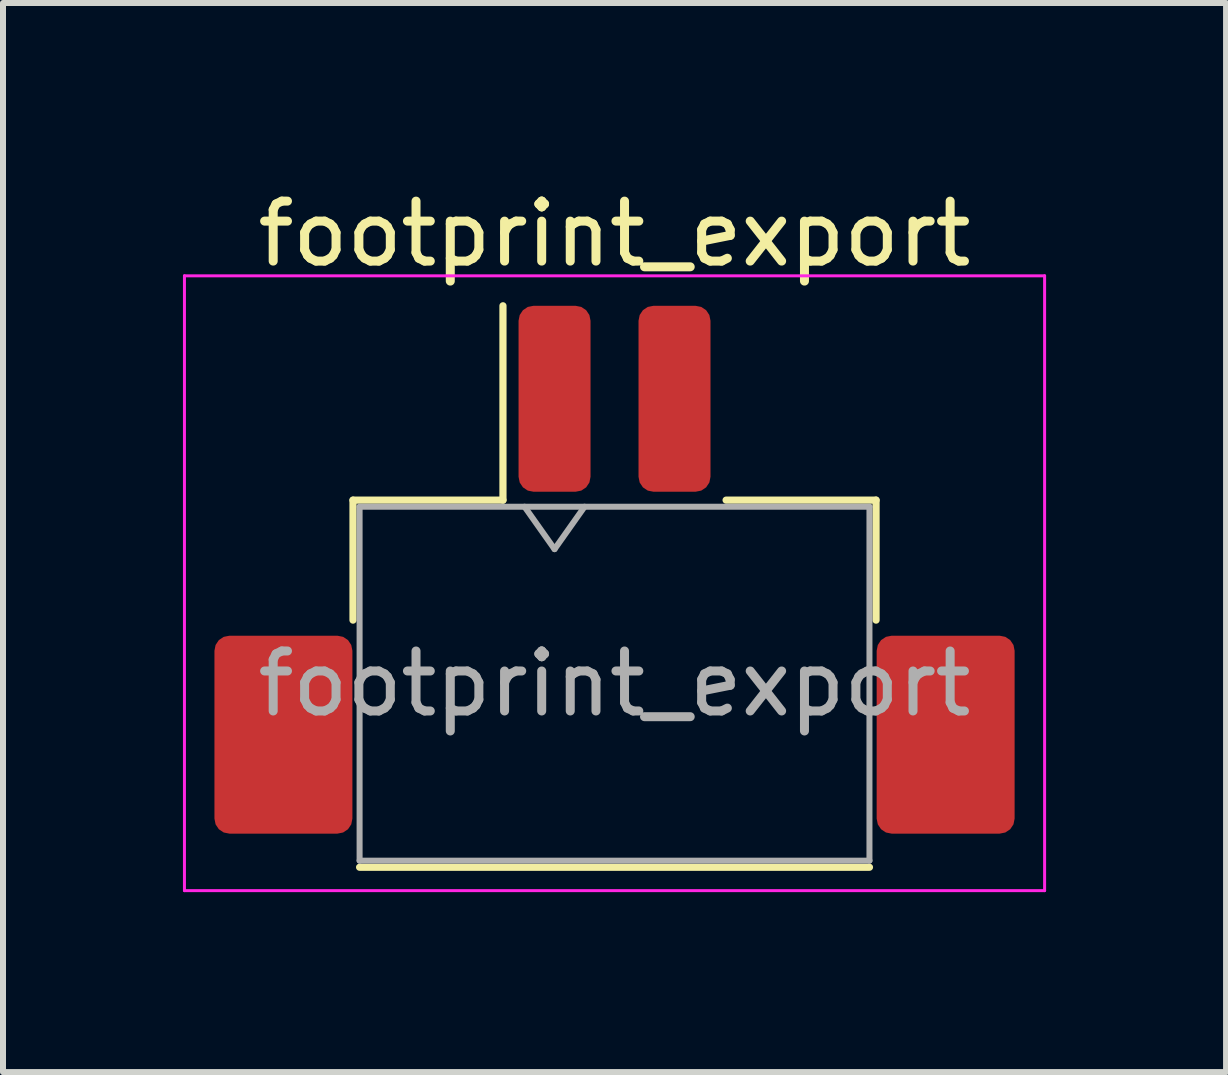
<source format=kicad_pcb>
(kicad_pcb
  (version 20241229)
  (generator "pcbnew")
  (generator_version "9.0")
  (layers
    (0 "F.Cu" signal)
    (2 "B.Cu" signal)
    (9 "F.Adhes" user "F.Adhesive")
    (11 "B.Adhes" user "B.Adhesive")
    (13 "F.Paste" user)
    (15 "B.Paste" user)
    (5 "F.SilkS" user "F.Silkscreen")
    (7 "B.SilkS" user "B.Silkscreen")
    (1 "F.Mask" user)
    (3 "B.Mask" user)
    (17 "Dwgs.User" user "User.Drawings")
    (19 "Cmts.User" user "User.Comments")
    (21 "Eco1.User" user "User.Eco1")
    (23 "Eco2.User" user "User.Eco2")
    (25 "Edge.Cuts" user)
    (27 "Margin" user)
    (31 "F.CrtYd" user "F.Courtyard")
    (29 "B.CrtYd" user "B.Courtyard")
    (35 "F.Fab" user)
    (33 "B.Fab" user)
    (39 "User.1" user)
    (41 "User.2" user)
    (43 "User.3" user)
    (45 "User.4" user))
  (footprint "footprint_export"
    (layer "F.Cu")
    (at 7.195 6.448)
    (property "Reference" "footprint_export" (at 0 -5.6 0) (layer "F.SilkS") (effects (font (size 1 1) (thickness 0.15))))
    (attr smd)
    (fp_line (start -4.36 -1.16) (end -1.86 -1.16) (stroke (width 0.12) (type solid)) (layer "F.SilkS"))
    (fp_line (start -4.36 0.84) (end -4.36 -1.16) (stroke (width 0.12) (type solid)) (layer "F.SilkS"))
    (fp_line (start -4.25 4.96) (end 4.25 4.96) (stroke (width 0.12) (type solid)) (layer "F.SilkS"))
    (fp_line (start -1.86 -1.16) (end -1.86 -4.4) (stroke (width 0.12) (type solid)) (layer "F.SilkS"))
    (fp_line (start 4.36 -1.16) (end 1.86 -1.16) (stroke (width 0.12) (type solid)) (layer "F.SilkS"))
    (fp_line (start 4.36 0.84) (end 4.36 -1.16) (stroke (width 0.12) (type solid)) (layer "F.SilkS"))
    (fp_line (start -7.17 -4.9) (end -7.17 5.35) (stroke (width 0.05) (type solid)) (layer "F.CrtYd"))
    (fp_line (start -7.17 5.35) (end 7.17 5.35) (stroke (width 0.05) (type solid)) (layer "F.CrtYd"))
    (fp_line (start 7.17 -4.9) (end -7.17 -4.9) (stroke (width 0.05) (type solid)) (layer "F.CrtYd"))
    (fp_line (start 7.17 5.35) (end 7.17 -4.9) (stroke (width 0.05) (type solid)) (layer "F.CrtYd"))
    (fp_line (start -4.25 -1.05) (end -4.25 4.85) (stroke (width 0.1) (type solid)) (layer "F.Fab"))
    (fp_line (start -4.25 -1.05) (end 4.25 -1.05) (stroke (width 0.1) (type solid)) (layer "F.Fab"))
    (fp_line (start -4.25 4.85) (end 4.25 4.85) (stroke (width 0.1) (type solid)) (layer "F.Fab"))
    (fp_line (start -1.5 -1.05) (end -1 -0.343) (stroke (width 0.1) (type solid)) (layer "F.Fab"))
    (fp_line (start -1 -0.343) (end -0.5 -1.05) (stroke (width 0.1) (type solid)) (layer "F.Fab"))
    (fp_line (start 4.25 -1.05) (end 4.25 4.85) (stroke (width 0.1) (type solid)) (layer "F.Fab"))
    (fp_text user "${REFERENCE}" (at 0 1.9 0) (layer "F.Fab") (effects (font (size 1 1) (thickness 0.15))))
    (pad "1" smd roundrect (at -1 -2.85) (size 1.2 3.1) (layers "F.Cu" "F.Mask" "F.Paste") (roundrect_rratio 0.208))
    (pad "2" smd roundrect (at 1 -2.85) (size 1.2 3.1) (layers "F.Cu" "F.Mask" "F.Paste") (roundrect_rratio 0.208))
    (pad "MP" smd roundrect (at -5.52 2.75) (size 2.3 3.3) (layers "F.Cu" "F.Mask" "F.Paste") (roundrect_rratio 0.109))
    (pad "MP" smd roundrect (at 5.52 2.75) (size 2.3 3.3) (layers "F.Cu" "F.Mask" "F.Paste") (roundrect_rratio 0.109)))
  (gr_rect
    (start -3 -3)
    (end 17.39 14.823)
    (stroke (width 0.1) (type default))
    (fill no)
    (layer "Edge.Cuts")))
</source>
